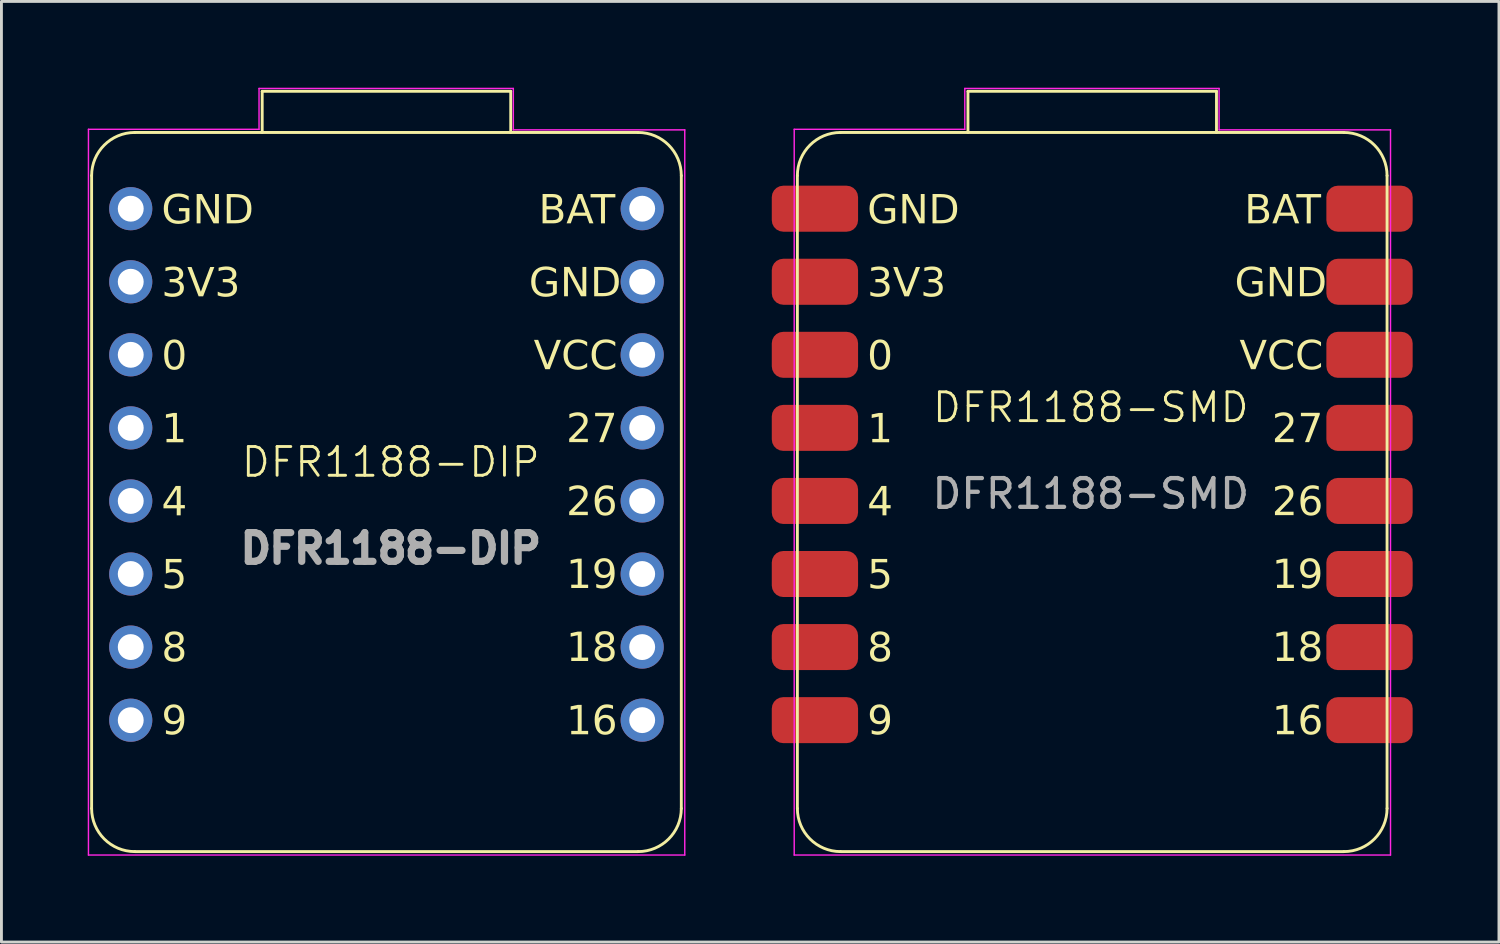
<source format=kicad_pcb>
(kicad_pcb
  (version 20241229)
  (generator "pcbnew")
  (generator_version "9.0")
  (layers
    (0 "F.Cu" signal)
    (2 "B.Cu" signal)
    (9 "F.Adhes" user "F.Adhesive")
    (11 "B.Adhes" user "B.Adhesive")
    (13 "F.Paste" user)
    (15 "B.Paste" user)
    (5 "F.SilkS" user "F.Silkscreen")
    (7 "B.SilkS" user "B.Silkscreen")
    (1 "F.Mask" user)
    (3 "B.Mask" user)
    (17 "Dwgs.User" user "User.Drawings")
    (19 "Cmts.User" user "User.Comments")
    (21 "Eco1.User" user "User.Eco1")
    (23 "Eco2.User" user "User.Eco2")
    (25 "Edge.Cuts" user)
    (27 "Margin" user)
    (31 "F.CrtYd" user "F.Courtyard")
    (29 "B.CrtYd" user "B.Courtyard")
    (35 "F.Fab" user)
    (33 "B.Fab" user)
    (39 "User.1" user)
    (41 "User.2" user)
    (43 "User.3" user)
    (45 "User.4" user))
  (footprint "DFR1188-SMD"
    (layer "F.Cu")
    (at 34.85 13.105)
    (property "Reference" "DFR1188-SMD" (at 0.02 -1.99 0) (unlocked yes) (layer "F.SilkS") (effects (font (size 1 1) (thickness 0.1))))
    (attr smd)
    (fp_line (start -10.18 11.95) (end -10.18 -10.049) (stroke (width 0.1) (type default)) (layer "F.SilkS"))
    (fp_line (start -8.679 13.45) (end 8.82 13.45) (stroke (width 0.1) (type default)) (layer "F.SilkS"))
    (fp_line (start -4.25 -12.981) (end 4.39 -12.981) (stroke (width 0.1) (type default)) (layer "F.SilkS"))
    (fp_line (start -4.25 -11.55) (end -4.25 -12.98) (stroke (width 0.1) (type default)) (layer "F.SilkS"))
    (fp_line (start 4.39 -11.551) (end 4.39 -12.981) (stroke (width 0.1) (type default)) (layer "F.SilkS"))
    (fp_line (start 8.82 -11.55) (end -8.68 -11.55) (stroke (width 0.1) (type default)) (layer "F.SilkS"))
    (fp_line (start 10.32 -10.05) (end 10.32 11.95) (stroke (width 0.1) (type default)) (layer "F.SilkS"))
    (fp_arc (start -10.18002 -10.05) (mid -9.740682 -11.110662) (end -8.68002 -11.55) (stroke (width 0.1) (type default)) (layer "F.SilkS"))
    (fp_arc (start -8.68002 13.45) (mid -9.740685 13.010665) (end -10.18002 11.95) (stroke (width 0.1) (type default)) (layer "F.SilkS"))
    (fp_arc (start 8.81998 -11.55) (mid 9.880653 -11.110667) (end 10.31998 -10.05) (stroke (width 0.1) (type default)) (layer "F.SilkS"))
    (fp_arc (start 10.31998 11.950001) (mid 9.880639 13.010653) (end 8.81998 13.450001) (stroke (width 0.1) (type default)) (layer "F.SilkS"))
    (fp_line (start -10.29 -11.66) (end -4.36 -11.66) (stroke (width 0.05) (type default)) (layer "F.CrtYd"))
    (fp_line (start -10.29 13.57) (end -10.29 -11.66) (stroke (width 0.05) (type default)) (layer "F.CrtYd"))
    (fp_line (start -4.36 -13.08) (end 4.48 -13.08) (stroke (width 0.05) (type default)) (layer "F.CrtYd"))
    (fp_line (start -4.36 -11.66) (end -4.36 -13.08) (stroke (width 0.05) (type default)) (layer "F.CrtYd"))
    (fp_line (start 4.48 -13.08) (end 4.48 -11.64) (stroke (width 0.05) (type default)) (layer "F.CrtYd"))
    (fp_line (start 4.48 -11.64) (end 10.44 -11.64) (stroke (width 0.05) (type default)) (layer "F.CrtYd"))
    (fp_line (start 10.44 -11.64) (end 10.44 13.57) (stroke (width 0.05) (type default)) (layer "F.CrtYd"))
    (fp_line (start 10.44 13.57) (end -10.29 13.57) (stroke (width 0.05) (type default)) (layer "F.CrtYd"))
    (fp_text user "3V3" (at -7.75 -5.683 0) (unlocked yes) (layer "F.SilkS") (effects (font (face "Roboto") (size 1 1) (thickness 1)) (justify left bottom)))
    (fp_text user "9" (at -7.75 9.54 0) (unlocked yes) (layer "F.SilkS") (effects (font (face "Roboto") (size 1 1) (thickness 1)) (justify left bottom)))
    (fp_text user "26" (at 6.32 1.922 0) (unlocked yes) (layer "F.SilkS") (effects (font (face "Roboto") (size 1 1) (thickness 1)) (justify left bottom)))
    (fp_text user "18" (at 6.32 6.993 0) (unlocked yes) (layer "F.SilkS") (effects (font (face "Roboto") (size 1 1) (thickness 1)) (justify left bottom)))
    (fp_text user "5" (at -7.75 4.466 0) (unlocked yes) (layer "F.SilkS") (effects (font (face "Roboto") (size 1 1) (thickness 1)) (justify left bottom)))
    (fp_text user "0" (at -7.75 -3.146 0) (unlocked yes) (layer "F.SilkS") (effects (font (face "Roboto") (size 1 1) (thickness 1)) (justify left bottom)))
    (fp_text user "BAT" (at 5.36 -8.22 0) (unlocked yes) (layer "F.SilkS") (effects (font (face "Roboto") (size 1 1) (thickness 1)) (justify left bottom)))
    (fp_text user "8\n" (at -7.75 7.003 0) (unlocked yes) (layer "F.SilkS") (effects (font (face "Roboto") (size 1 1) (thickness 1)) (justify left bottom)))
    (fp_text user "GND" (at 5.023 -5.685 0) (unlocked yes) (layer "F.SilkS") (effects (font (face "Roboto") (size 1 1) (thickness 1)) (justify left bottom)))
    (fp_text user "16" (at 6.32 9.54 0) (unlocked yes) (layer "F.SilkS") (effects (font (face "Roboto") (size 1 1) (thickness 1)) (justify left bottom)))
    (fp_text user "19" (at 6.32 4.457 0) (unlocked yes) (layer "F.SilkS") (effects (font (face "Roboto") (size 1 1) (thickness 1)) (justify left bottom)))
    (fp_text user "1" (at -7.75 -0.609 0) (unlocked yes) (layer "F.SilkS") (effects (font (face "Roboto") (size 1 1) (thickness 1)) (justify left bottom)))
    (fp_text user "VCC" (at 5.189 -3.149 0) (unlocked yes) (layer "F.SilkS") (effects (font (face "Roboto") (size 1 1) (thickness 1)) (justify left bottom)))
    (fp_text user "GND" (at -7.75 -8.22 0) (unlocked yes) (layer "F.SilkS") (effects (font (face "Roboto") (size 1 1) (thickness 1)) (justify left bottom)))
    (fp_text user "27\n" (at 6.32 -0.614 0) (unlocked yes) (layer "F.SilkS") (effects (font (face "Roboto") (size 1 1) (thickness 1)) (justify left bottom)))
    (fp_text user "4" (at -7.75 1.929 0) (unlocked yes) (layer "F.SilkS") (effects (font (face "Roboto") (size 1 1) (thickness 1)) (justify left bottom)))
    (fp_text user "${REFERENCE}" (at 0.02 1.01 0) (unlocked yes) (layer "F.Fab") (effects (font (size 1 1) (thickness 0.15))))
    (pad "1" smd roundrect (at -9.57 -8.9) (size 3 1.6) (layers "F.Cu" "F.Mask" "F.Paste") (roundrect_rratio 0.25))
    (pad "2" smd roundrect (at -9.57 -6.36) (size 3 1.6) (layers "F.Cu" "F.Mask" "F.Paste") (roundrect_rratio 0.25))
    (pad "3" smd roundrect (at -9.57 -3.82) (size 3 1.6) (layers "F.Cu" "F.Mask" "F.Paste") (roundrect_rratio 0.25))
    (pad "4" smd roundrect (at -9.57 -1.28) (size 3 1.6) (layers "F.Cu" "F.Mask" "F.Paste") (roundrect_rratio 0.25))
    (pad "5" smd roundrect (at -9.57 1.26) (size 3 1.6) (layers "F.Cu" "F.Mask" "F.Paste") (roundrect_rratio 0.25))
    (pad "6" smd roundrect (at -9.57 3.8) (size 3 1.6) (layers "F.Cu" "F.Mask" "F.Paste") (roundrect_rratio 0.25))
    (pad "7" smd roundrect (at -9.57 6.34) (size 3 1.6) (layers "F.Cu" "F.Mask" "F.Paste") (roundrect_rratio 0.25))
    (pad "8" smd roundrect (at -9.57 8.88) (size 3 1.6) (layers "F.Cu" "F.Mask" "F.Paste") (roundrect_rratio 0.25))
    (pad "9" smd roundrect (at 9.71 8.88) (size 3 1.6) (layers "F.Cu" "F.Mask" "F.Paste") (roundrect_rratio 0.25))
    (pad "10" smd roundrect (at 9.71 6.34) (size 3 1.6) (layers "F.Cu" "F.Mask" "F.Paste") (roundrect_rratio 0.25))
    (pad "11" smd roundrect (at 9.71 3.8) (size 3 1.6) (layers "F.Cu" "F.Mask" "F.Paste") (roundrect_rratio 0.25))
    (pad "12" smd roundrect (at 9.71 1.26) (size 3 1.6) (layers "F.Cu" "F.Mask" "F.Paste") (roundrect_rratio 0.25))
    (pad "13" smd roundrect (at 9.71 -1.28) (size 3 1.6) (layers "F.Cu" "F.Mask" "F.Paste") (roundrect_rratio 0.25))
    (pad "14" smd roundrect (at 9.71 -3.82) (size 3 1.6) (layers "F.Cu" "F.Mask" "F.Paste") (roundrect_rratio 0.25))
    (pad "15" smd roundrect (at 9.71 -6.36) (size 3 1.6) (layers "F.Cu" "F.Mask" "F.Paste") (roundrect_rratio 0.25))
    (pad "16" smd roundrect (at 9.71 -8.9) (size 3 1.6) (layers "F.Cu" "F.Mask" "F.Paste") (roundrect_rratio 0.25)))
  (footprint "DFR1188-DIP"
    (layer "F.Cu")
    (at 11.605 14.09)
    (property "Reference" "DFR1188-DIP" (at -1.07 -1.075 0) (unlocked yes) (layer "F.SilkS") (effects (font (size 1 1) (thickness 0.1))))
    (attr smd)
    (fp_line (start -11.47 10.965) (end -11.47 -11.034) (stroke (width 0.1) (type default)) (layer "F.SilkS"))
    (fp_line (start -9.969 12.465) (end 7.53 12.465) (stroke (width 0.1) (type default)) (layer "F.SilkS"))
    (fp_line (start -5.54 -13.966) (end 3.1 -13.966) (stroke (width 0.1) (type default)) (layer "F.SilkS"))
    (fp_line (start -5.54 -12.535) (end -5.54 -13.965) (stroke (width 0.1) (type default)) (layer "F.SilkS"))
    (fp_line (start 3.1 -12.536) (end 3.1 -13.966) (stroke (width 0.1) (type default)) (layer "F.SilkS"))
    (fp_line (start 7.53 -12.535) (end -9.97 -12.535) (stroke (width 0.1) (type default)) (layer "F.SilkS"))
    (fp_line (start 9.03 -11.035) (end 9.03 10.965) (stroke (width 0.1) (type default)) (layer "F.SilkS"))
    (fp_arc (start -11.47 -11.035) (mid -11.030662 -12.095662) (end -9.97 -12.535) (stroke (width 0.1) (type default)) (layer "F.SilkS"))
    (fp_arc (start -9.97 12.465) (mid -11.030665 12.025665) (end -11.47 10.965) (stroke (width 0.1) (type default)) (layer "F.SilkS"))
    (fp_arc (start 7.53 -12.535) (mid 8.59066 -12.09566) (end 9.03 -11.035) (stroke (width 0.1) (type default)) (layer "F.SilkS"))
    (fp_arc (start 9.03 10.965001) (mid 8.59066 12.025661) (end 7.53 12.465001) (stroke (width 0.1) (type default)) (layer "F.SilkS"))
    (fp_line (start -11.58 -12.645) (end -5.65 -12.645) (stroke (width 0.05) (type default)) (layer "F.CrtYd"))
    (fp_line (start -11.58 12.585) (end -11.58 -12.645) (stroke (width 0.05) (type default)) (layer "F.CrtYd"))
    (fp_line (start -5.65 -14.065) (end 3.19 -14.065) (stroke (width 0.05) (type default)) (layer "F.CrtYd"))
    (fp_line (start -5.65 -12.645) (end -5.65 -14.065) (stroke (width 0.05) (type default)) (layer "F.CrtYd"))
    (fp_line (start 3.19 -14.065) (end 3.19 -12.625) (stroke (width 0.05) (type default)) (layer "F.CrtYd"))
    (fp_line (start 3.19 -12.625) (end 9.15 -12.625) (stroke (width 0.05) (type default)) (layer "F.CrtYd"))
    (fp_line (start 9.15 -12.625) (end 9.15 12.585) (stroke (width 0.05) (type default)) (layer "F.CrtYd"))
    (fp_line (start 9.15 12.585) (end -11.58 12.585) (stroke (width 0.05) (type default)) (layer "F.CrtYd"))
    (fp_text user "VCC" (at 3.899 -4.134 0) (unlocked yes) (layer "F.SilkS") (effects (font (face "Roboto") (size 1 1) (thickness 1)) (justify left bottom)))
    (fp_text user "GND" (at 3.733 -6.67 0) (unlocked yes) (layer "F.SilkS") (effects (font (face "Roboto") (size 1 1) (thickness 1)) (justify left bottom)))
    (fp_text user "5" (at -9.04 3.481 0) (unlocked yes) (layer "F.SilkS") (effects (font (face "Roboto") (size 1 1) (thickness 1)) (justify left bottom)))
    (fp_text user "27\n" (at 5.03 -1.599 0) (unlocked yes) (layer "F.SilkS") (effects (font (face "Roboto") (size 1 1) (thickness 1)) (justify left bottom)))
    (fp_text user "3V3" (at -9.04 -6.668 0) (unlocked yes) (layer "F.SilkS") (effects (font (face "Roboto") (size 1 1) (thickness 1)) (justify left bottom)))
    (fp_text user "26" (at 5.03 0.937 0) (unlocked yes) (layer "F.SilkS") (effects (font (face "Roboto") (size 1 1) (thickness 1)) (justify left bottom)))
    (fp_text user "4" (at -9.04 0.944 0) (unlocked yes) (layer "F.SilkS") (effects (font (face "Roboto") (size 1 1) (thickness 1)) (justify left bottom)))
    (fp_text user "1" (at -9.04 -1.594 0) (unlocked yes) (layer "F.SilkS") (effects (font (face "Roboto") (size 1 1) (thickness 1)) (justify left bottom)))
    (fp_text user "0" (at -9.04 -4.131 0) (unlocked yes) (layer "F.SilkS") (effects (font (face "Roboto") (size 1 1) (thickness 1)) (justify left bottom)))
    (fp_text user "BAT" (at 4.07 -9.205 0) (unlocked yes) (layer "F.SilkS") (effects (font (face "Roboto") (size 1 1) (thickness 1)) (justify left bottom)))
    (fp_text user "8\n" (at -9.04 6.018 0) (unlocked yes) (layer "F.SilkS") (effects (font (face "Roboto") (size 1 1) (thickness 1)) (justify left bottom)))
    (fp_text user "19" (at 5.03 3.472 0) (unlocked yes) (layer "F.SilkS") (effects (font (face "Roboto") (size 1 1) (thickness 1)) (justify left bottom)))
    (fp_text user "18" (at 5.03 6.008 0) (unlocked yes) (layer "F.SilkS") (effects (font (face "Roboto") (size 1 1) (thickness 1)) (justify left bottom)))
    (fp_text user "9" (at -9.04 8.555 0) (unlocked yes) (layer "F.SilkS") (effects (font (face "Roboto") (size 1 1) (thickness 1)) (justify left bottom)))
    (fp_text user "16" (at 5.03 8.555 0) (unlocked yes) (layer "F.SilkS") (effects (font (face "Roboto") (size 1 1) (thickness 1)) (justify left bottom)))
    (fp_text user "GND" (at -9.04 -9.205 0) (unlocked yes) (layer "F.SilkS") (effects (font (face "Roboto") (size 1 1) (thickness 1)) (justify left bottom)))
    (fp_text user "${REFERENCE}" (at -1.07 1.925 0) (unlocked yes) (layer "F.Fab") (effects (font (size 1 1) (thickness 1))))
    (pad "1" thru_hole circle (at -10.11 -9.885) (size 1.5 1.5) (drill 0.9) (layers "*.Cu" "*.Mask"))
    (pad "2" thru_hole circle (at -10.11 -7.345) (size 1.5 1.5) (drill 0.9) (layers "*.Cu" "*.Mask"))
    (pad "3" thru_hole circle (at -10.11 -4.805) (size 1.5 1.5) (drill 0.9) (layers "*.Cu" "*.Mask"))
    (pad "4" thru_hole circle (at -10.11 -2.265) (size 1.5 1.5) (drill 0.9) (layers "*.Cu" "*.Mask"))
    (pad "5" thru_hole circle (at -10.11 0.275) (size 1.5 1.5) (drill 0.9) (layers "*.Cu" "*.Mask"))
    (pad "6" thru_hole circle (at -10.11 2.815) (size 1.5 1.5) (drill 0.9) (layers "*.Cu" "*.Mask"))
    (pad "7" thru_hole circle (at -10.11 5.355) (size 1.5 1.5) (drill 0.9) (layers "*.Cu" "*.Mask"))
    (pad "8" thru_hole circle (at -10.11 7.897) (size 1.5 1.5) (drill 0.9) (layers "*.Cu" "*.Mask"))
    (pad "9" thru_hole circle (at 7.67 7.895) (size 1.5 1.5) (drill 0.9) (layers "*.Cu" "*.Mask"))
    (pad "10" thru_hole circle (at 7.67 5.355) (size 1.5 1.5) (drill 0.9) (layers "*.Cu" "*.Mask"))
    (pad "11" thru_hole circle (at 7.67 2.815) (size 1.5 1.5) (drill 0.9) (layers "*.Cu" "*.Mask"))
    (pad "12" thru_hole circle (at 7.67 0.275) (size 1.5 1.5) (drill 0.9) (layers "*.Cu" "*.Mask"))
    (pad "13" thru_hole circle (at 7.67 -2.265) (size 1.5 1.5) (drill 0.9) (layers "*.Cu" "*.Mask"))
    (pad "14" thru_hole circle (at 7.67 -4.805) (size 1.5 1.5) (drill 0.9) (layers "*.Cu" "*.Mask"))
    (pad "15" thru_hole circle (at 7.67 -7.345) (size 1.5 1.5) (drill 0.9) (layers "*.Cu" "*.Mask"))
    (pad "16" thru_hole circle (at 7.67 -9.885) (size 1.5 1.5) (drill 0.9) (layers "*.Cu" "*.Mask")))
  (gr_rect
    (start -3 -3)
    (end 49.06 29.7)
    (stroke (width 0.1) (type default))
    (fill no)
    (layer "Edge.Cuts")))
</source>
